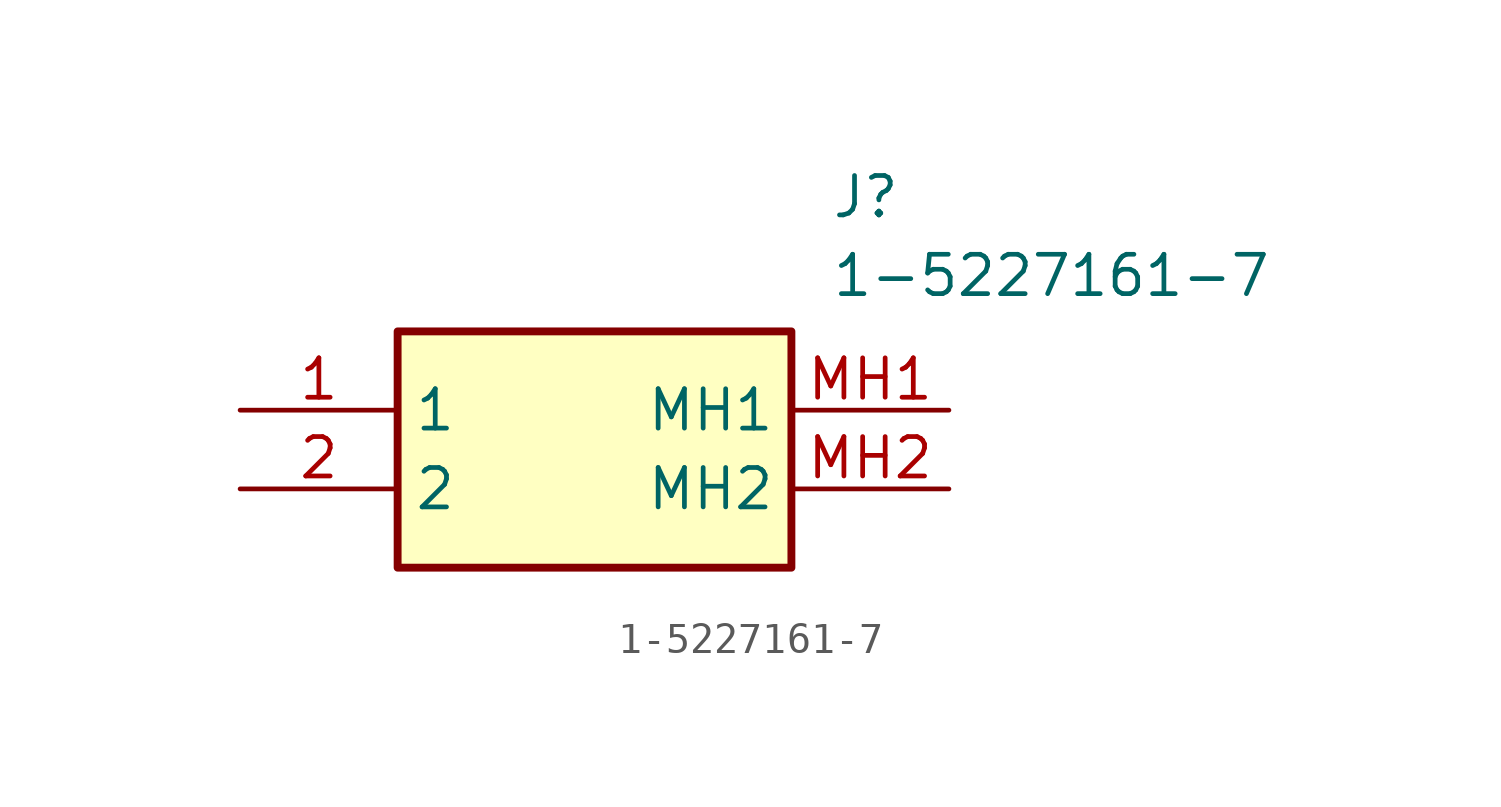
<source format=kicad_sym>
(kicad_symbol_lib
  (version 20220914)
  (generator kicad_symbol_editor)
  (symbol "1-5227161-7"
    (property "Reference" "J"
      (at 19.05 7.62 0)
      (effects (font (size 1.27 1.27)) (justify left top)))
    (property "Value" "1-5227161-7"
      (at 19.05 5.08 0)
      (effects (font (size 1.27 1.27)) (justify left top)))
    (symbol "1-5227161-7_1_1"
      (rectangle (start 5.08 2.54) (end 17.78 -5.08) (stroke (width 0.254) (type default)) (fill (type background)))
      (pin passive line (at 0 0 0) (length 5.08) (name "1" (effects (font (size 1.27 1.27)))) (number "1" (effects (font (size 1.27 1.27)))))
      (pin passive line (at 0 -2.54 0) (length 5.08) (name "2" (effects (font (size 1.27 1.27)))) (number "2" (effects (font (size 1.27 1.27)))))
      (pin passive line (at 22.86 0 180) (length 5.08) (name "MH1" (effects (font (size 1.27 1.27)))) (number "MH1" (effects (font (size 1.27 1.27)))))
      (pin passive line (at 22.86 -2.54 180) (length 5.08) (name "MH2" (effects (font (size 1.27 1.27)))) (number "MH2" (effects (font (size 1.27 1.27))))))))
</source>
